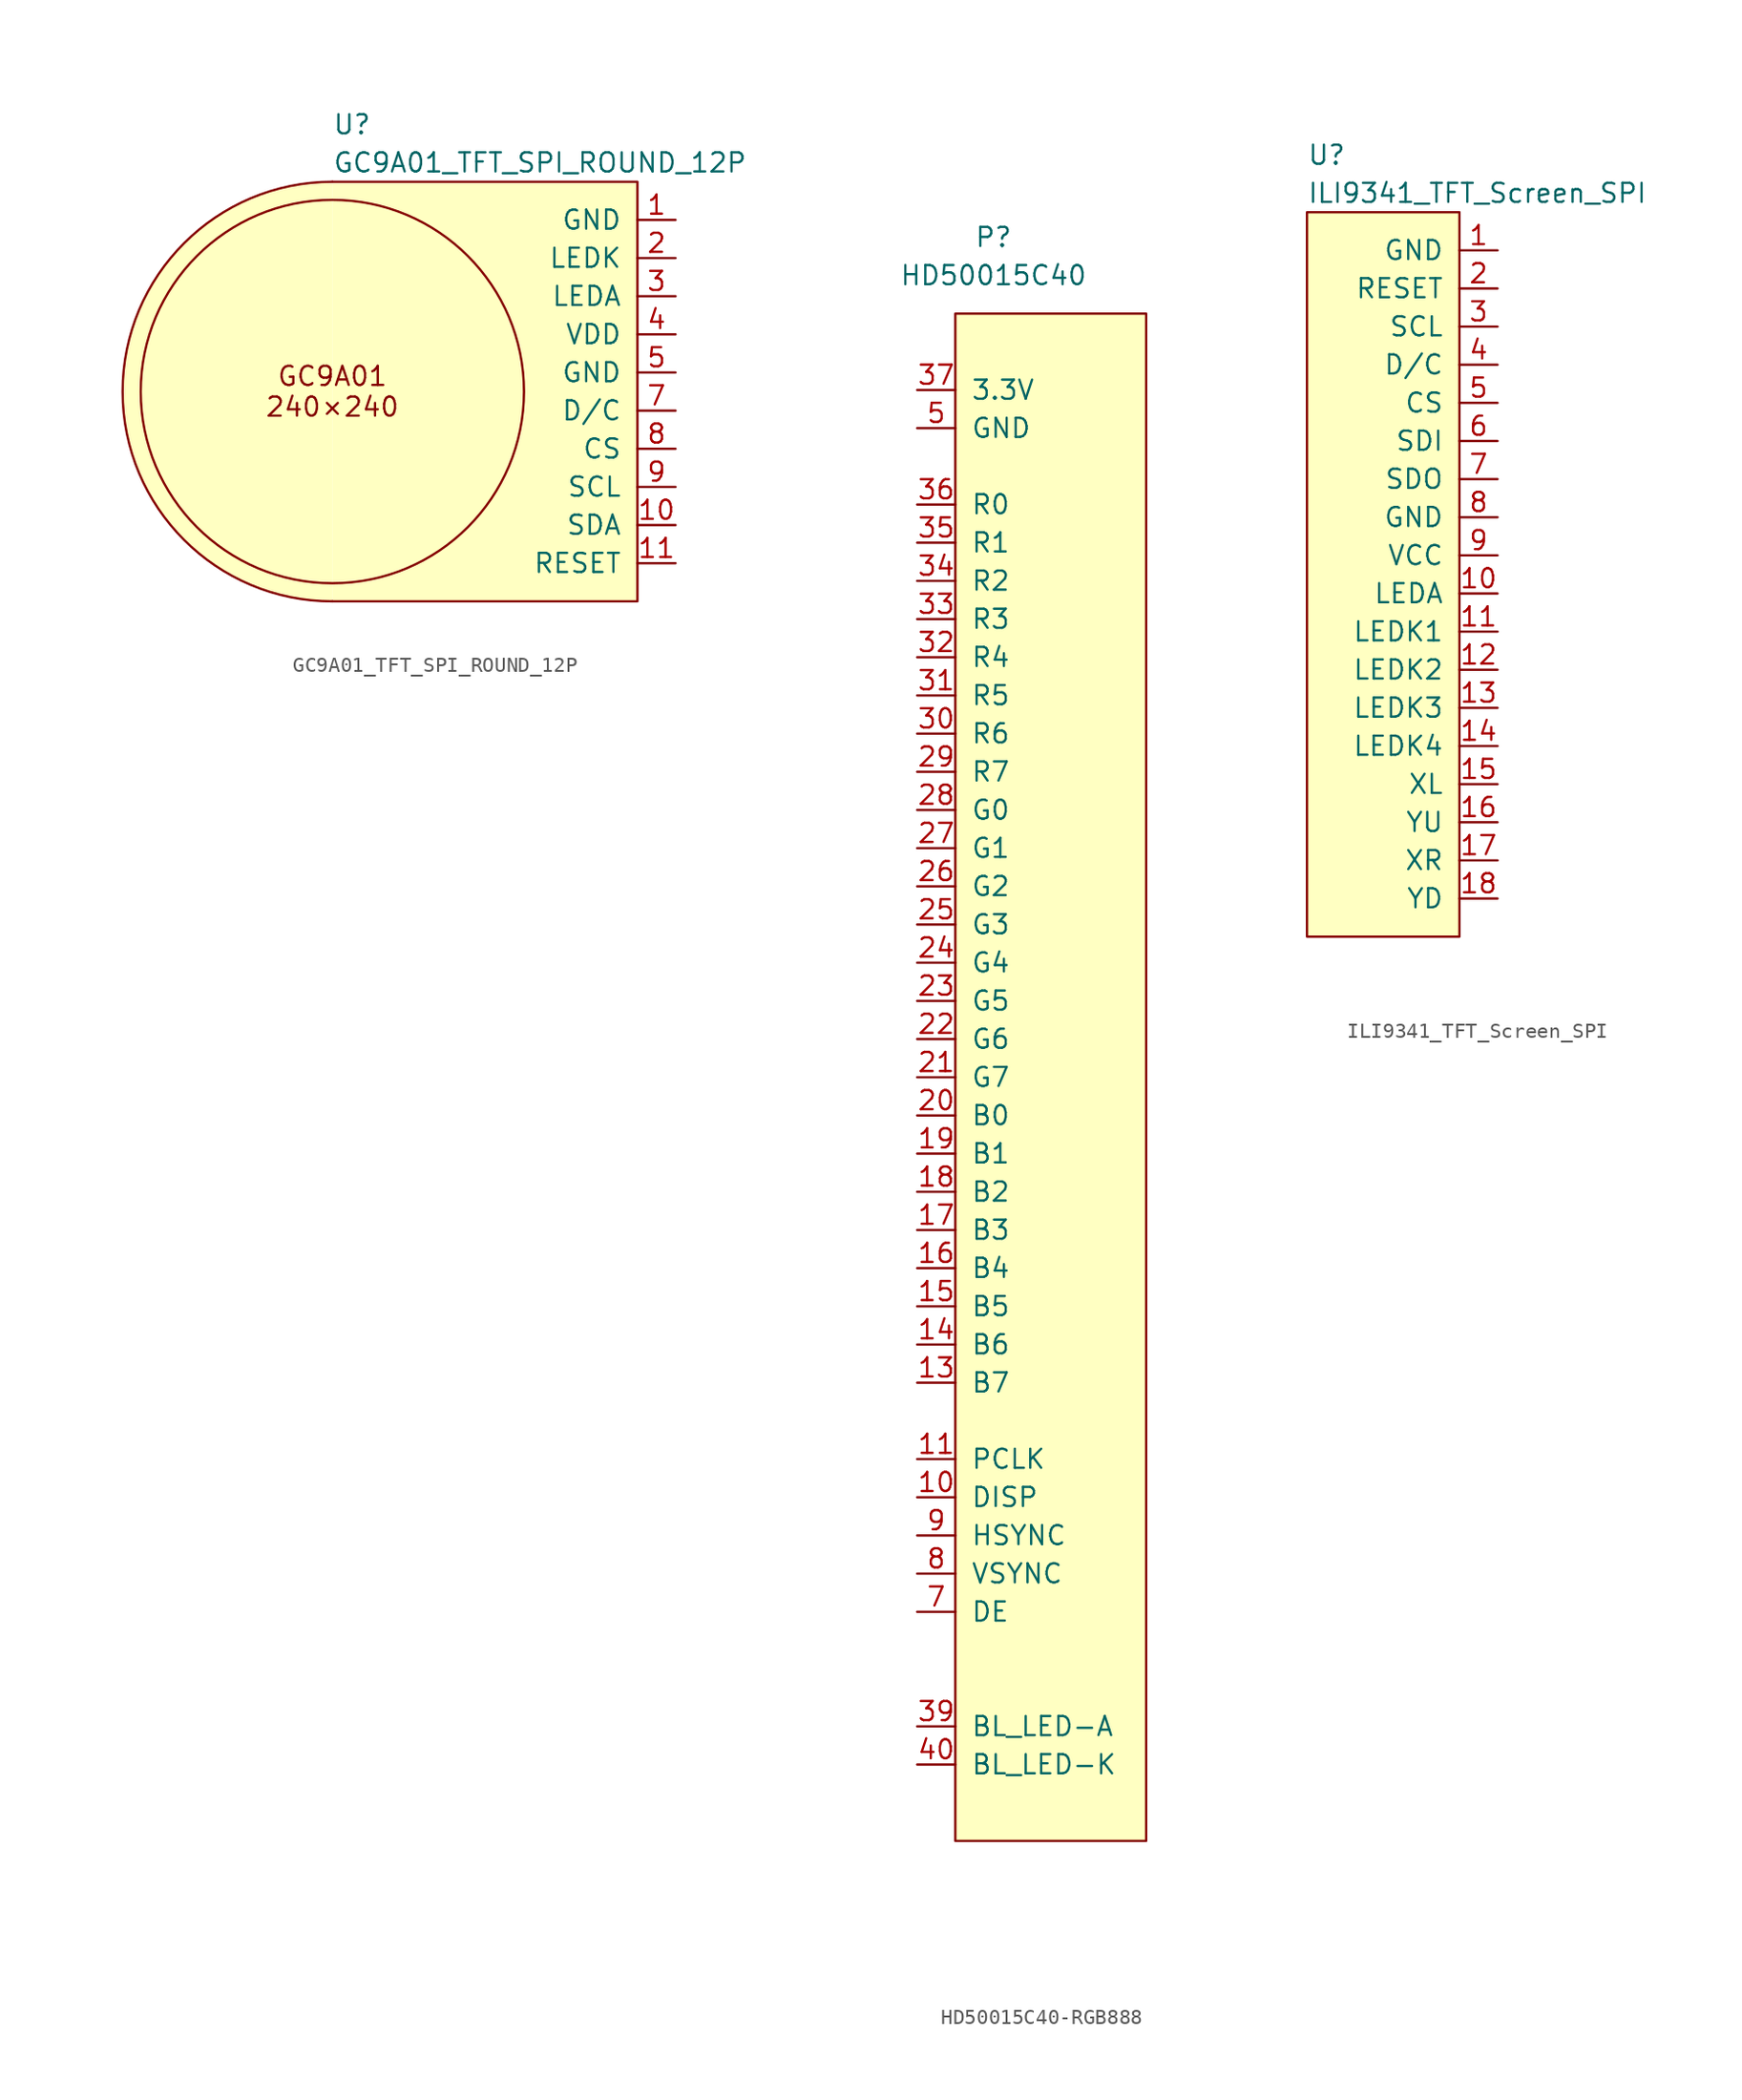
<source format=kicad_sym>
(kicad_symbol_lib
  (version 20241209)
  (generator "kicad_symbol_editor")
  (generator_version "9.0")
  (symbol "GC9A01_TFT_SPI_ROUND_12P"
    (pin_names
      (offset 1.016))
    (property "Reference" "U"
      (at 0 17.78 0)
      (effects (font (size 1.27 1.27)) (justify left)))
    (property "Value" "GC9A01_TFT_SPI_ROUND_12P"
      (at 0 15.24 0)
      (effects (font (size 1.27 1.27)) (justify left)))
    (symbol "GC9A01_TFT_SPI_ROUND_12P_0_1"
      (circle (center 0 0) (radius 12.763) (stroke (width 0) (type default)) (fill (type none))))
    (symbol "GC9A01_TFT_SPI_ROUND_12P_1_1"
      (polyline (pts (xy 0 13.97) (xy 20.32 13.97) (xy 20.32 -13.97) (xy 0 -13.97)) (stroke (width 0) (type default)) (fill (type background)))
      (arc (start 0 -13.97) (mid -13.97 0) (end 0 13.97) (stroke (width 0) (type default)) (fill (type background)))
      (text "GC9A01\n240×240" (at 0 0 0) (effects (font (size 1.27 1.27))))
      (pin power_in line (at 22.86 11.43 180) (length 2.54) (name "GND" (effects (font (size 1.27 1.27)))) (number "1" (effects (font (size 1.27 1.27)))))
      (pin power_in line (at 22.86 8.89 180) (length 2.54) (name "LEDK" (effects (font (size 1.27 1.27)))) (number "2" (effects (font (size 1.27 1.27)))))
      (pin power_in line (at 22.86 6.35 180) (length 2.54) (name "LEDA" (effects (font (size 1.27 1.27)))) (number "3" (effects (font (size 1.27 1.27)))))
      (pin power_in line (at 22.86 3.81 180) (length 2.54) (name "VDD" (effects (font (size 1.27 1.27)))) (number "4" (effects (font (size 1.27 1.27)))))
      (pin power_in line (at 22.86 1.27 180) (length 2.54) (hide yes) (name "GND" (effects (font (size 1.27 1.27)))) (number "12" (effects (font (size 1.27 1.27)))))
      (pin power_in line (at 22.86 1.27 180) (length 2.54) (name "GND" (effects (font (size 1.27 1.27)))) (number "5" (effects (font (size 1.27 1.27)))))
      (pin power_in line (at 22.86 1.27 180) (length 2.54) (hide yes) (name "GND" (effects (font (size 1.27 1.27)))) (number "6" (effects (font (size 1.27 1.27)))))
      (pin input line (at 22.86 -1.27 180) (length 2.54) (name "D/C" (effects (font (size 1.27 1.27)))) (number "7" (effects (font (size 1.27 1.27)))))
      (pin input line (at 22.86 -3.81 180) (length 2.54) (name "CS" (effects (font (size 1.27 1.27)))) (number "8" (effects (font (size 1.27 1.27)))))
      (pin input line (at 22.86 -6.35 180) (length 2.54) (name "SCL" (effects (font (size 1.27 1.27)))) (number "9" (effects (font (size 1.27 1.27)))))
      (pin input line (at 22.86 -8.89 180) (length 2.54) (name "SDA" (effects (font (size 1.27 1.27)))) (number "10" (effects (font (size 1.27 1.27)))))
      (pin input line (at 22.86 -11.43 180) (length 2.54) (name "RESET" (effects (font (size 1.27 1.27)))) (number "11" (effects (font (size 1.27 1.27)))))))
  (symbol "HD50015C40-RGB888"
    (pin_names
      (offset 1.016))
    (property "Reference" "P"
      (at 0 55.88 0)
      (effects (font (size 1.27 1.27))))
    (property "Value" "HD50015C40"
      (at 0 53.34 0)
      (effects (font (size 1.27 1.27))))
    (symbol "HD50015C40-RGB888_0_1"
      (rectangle (start -2.54 50.8) (end 10.16 -50.8) (stroke (width 0) (type default)) (fill (type background))))
    (symbol "HD50015C40-RGB888_1_1"
      (pin power_in line (at -5.08 45.72 0) (length 2.54) (name "3.3V" (effects (font (size 1.27 1.27)))) (number "37" (effects (font (size 1.27 1.27)))))
      (pin power_in line (at -5.08 43.18 0) (length 2.54) (hide yes) (name "GND" (effects (font (size 1.27 1.27)))) (number "12" (effects (font (size 1.27 1.27)))))
      (pin power_in line (at -5.08 43.18 0) (length 2.54) (hide yes) (name "GND" (effects (font (size 1.27 1.27)))) (number "38" (effects (font (size 1.27 1.27)))))
      (pin power_in line (at -5.08 43.18 0) (length 2.54) (name "GND" (effects (font (size 1.27 1.27)))) (number "5" (effects (font (size 1.27 1.27)))))
      (pin input line (at -5.08 38.1 0) (length 2.54) (name "R0" (effects (font (size 1.27 1.27)))) (number "36" (effects (font (size 1.27 1.27)))))
      (pin input line (at -5.08 35.56 0) (length 2.54) (name "R1" (effects (font (size 1.27 1.27)))) (number "35" (effects (font (size 1.27 1.27)))))
      (pin input line (at -5.08 33.02 0) (length 2.54) (name "R2" (effects (font (size 1.27 1.27)))) (number "34" (effects (font (size 1.27 1.27)))))
      (pin input line (at -5.08 30.48 0) (length 2.54) (name "R3" (effects (font (size 1.27 1.27)))) (number "33" (effects (font (size 1.27 1.27)))))
      (pin input line (at -5.08 27.94 0) (length 2.54) (name "R4" (effects (font (size 1.27 1.27)))) (number "32" (effects (font (size 1.27 1.27)))))
      (pin input line (at -5.08 25.4 0) (length 2.54) (name "R5" (effects (font (size 1.27 1.27)))) (number "31" (effects (font (size 1.27 1.27)))))
      (pin input line (at -5.08 22.86 0) (length 2.54) (name "R6" (effects (font (size 1.27 1.27)))) (number "30" (effects (font (size 1.27 1.27)))))
      (pin input line (at -5.08 20.32 0) (length 2.54) (name "R7" (effects (font (size 1.27 1.27)))) (number "29" (effects (font (size 1.27 1.27)))))
      (pin input line (at -5.08 17.78 0) (length 2.54) (name "G0" (effects (font (size 1.27 1.27)))) (number "28" (effects (font (size 1.27 1.27)))))
      (pin input line (at -5.08 15.24 0) (length 2.54) (name "G1" (effects (font (size 1.27 1.27)))) (number "27" (effects (font (size 1.27 1.27)))))
      (pin input line (at -5.08 12.7 0) (length 2.54) (name "G2" (effects (font (size 1.27 1.27)))) (number "26" (effects (font (size 1.27 1.27)))))
      (pin input line (at -5.08 10.16 0) (length 2.54) (name "G3" (effects (font (size 1.27 1.27)))) (number "25" (effects (font (size 1.27 1.27)))))
      (pin input line (at -5.08 7.62 0) (length 2.54) (name "G4" (effects (font (size 1.27 1.27)))) (number "24" (effects (font (size 1.27 1.27)))))
      (pin input line (at -5.08 5.08 0) (length 2.54) (name "G5" (effects (font (size 1.27 1.27)))) (number "23" (effects (font (size 1.27 1.27)))))
      (pin input line (at -5.08 2.54 0) (length 2.54) (name "G6" (effects (font (size 1.27 1.27)))) (number "22" (effects (font (size 1.27 1.27)))))
      (pin input line (at -5.08 0 0) (length 2.54) (name "G7" (effects (font (size 1.27 1.27)))) (number "21" (effects (font (size 1.27 1.27)))))
      (pin input line (at -5.08 -2.54 0) (length 2.54) (name "B0" (effects (font (size 1.27 1.27)))) (number "20" (effects (font (size 1.27 1.27)))))
      (pin input line (at -5.08 -5.08 0) (length 2.54) (name "B1" (effects (font (size 1.27 1.27)))) (number "19" (effects (font (size 1.27 1.27)))))
      (pin input line (at -5.08 -7.62 0) (length 2.54) (name "B2" (effects (font (size 1.27 1.27)))) (number "18" (effects (font (size 1.27 1.27)))))
      (pin input line (at -5.08 -10.16 0) (length 2.54) (name "B3" (effects (font (size 1.27 1.27)))) (number "17" (effects (font (size 1.27 1.27)))))
      (pin input line (at -5.08 -12.7 0) (length 2.54) (name "B4" (effects (font (size 1.27 1.27)))) (number "16" (effects (font (size 1.27 1.27)))))
      (pin input line (at -5.08 -15.24 0) (length 2.54) (name "B5" (effects (font (size 1.27 1.27)))) (number "15" (effects (font (size 1.27 1.27)))))
      (pin input line (at -5.08 -17.78 0) (length 2.54) (name "B6" (effects (font (size 1.27 1.27)))) (number "14" (effects (font (size 1.27 1.27)))))
      (pin input line (at -5.08 -20.32 0) (length 2.54) (name "B7" (effects (font (size 1.27 1.27)))) (number "13" (effects (font (size 1.27 1.27)))))
      (pin input line (at -5.08 -25.4 0) (length 2.54) (name "PCLK" (effects (font (size 1.27 1.27)))) (number "11" (effects (font (size 1.27 1.27)))))
      (pin input line (at -5.08 -27.94 0) (length 2.54) (name "DISP" (effects (font (size 1.27 1.27)))) (number "10" (effects (font (size 1.27 1.27)))))
      (pin input line (at -5.08 -30.48 0) (length 2.54) (name "HSYNC" (effects (font (size 1.27 1.27)))) (number "9" (effects (font (size 1.27 1.27)))))
      (pin input line (at -5.08 -33.02 0) (length 2.54) (name "VSYNC" (effects (font (size 1.27 1.27)))) (number "8" (effects (font (size 1.27 1.27)))))
      (pin input line (at -5.08 -35.56 0) (length 2.54) (name "DE" (effects (font (size 1.27 1.27)))) (number "7" (effects (font (size 1.27 1.27)))))
      (pin power_in line (at -5.08 -43.18 0) (length 2.54) (name "BL_LED-A" (effects (font (size 1.27 1.27)))) (number "39" (effects (font (size 1.27 1.27)))))
      (pin power_in line (at -5.08 -45.72 0) (length 2.54) (name "BL_LED-K" (effects (font (size 1.27 1.27)))) (number "40" (effects (font (size 1.27 1.27)))))
      (pin no_connect line (at 10.16 40.64 0) (length 2.54) (hide yes) (name "NC" (effects (font (size 1.27 1.27)))) (number "1" (effects (font (size 1.27 1.27)))))
      (pin no_connect line (at 10.16 40.64 0) (length 2.54) (hide yes) (name "NC" (effects (font (size 1.27 1.27)))) (number "2" (effects (font (size 1.27 1.27)))))
      (pin no_connect line (at 10.16 40.64 0) (length 2.54) (hide yes) (name "NC" (effects (font (size 1.27 1.27)))) (number "3" (effects (font (size 1.27 1.27)))))
      (pin no_connect line (at 10.16 40.64 0) (length 2.54) (hide yes) (name "NC" (effects (font (size 1.27 1.27)))) (number "4" (effects (font (size 1.27 1.27)))))
      (pin no_connect line (at 10.16 40.64 0) (length 2.54) (hide yes) (name "NC" (effects (font (size 1.27 1.27)))) (number "6" (effects (font (size 1.27 1.27)))))))
  (symbol "ILI9341_TFT_Screen_SPI"
    (pin_names
      (offset 1.016))
    (property "Reference" "U"
      (at 0 3.81 0)
      (effects (font (size 1.27 1.27)) (justify left)))
    (property "Value" "ILI9341_TFT_Screen_SPI"
      (at 0 1.27 0)
      (effects (font (size 1.27 1.27)) (justify left)))
    (symbol "ILI9341_TFT_Screen_SPI_0_1"
      (rectangle (start 0 0) (end 10.16 -48.26) (stroke (width 0) (type default)) (fill (type background))))
    (symbol "ILI9341_TFT_Screen_SPI_1_1"
      (pin power_in line (at 12.7 -2.54 180) (length 2.54) (name "GND" (effects (font (size 1.27 1.27)))) (number "1" (effects (font (size 1.27 1.27)))))
      (pin input line (at 12.7 -5.08 180) (length 2.54) (name "RESET" (effects (font (size 1.27 1.27)))) (number "2" (effects (font (size 1.27 1.27)))))
      (pin input line (at 12.7 -7.62 180) (length 2.54) (name "SCL" (effects (font (size 1.27 1.27)))) (number "3" (effects (font (size 1.27 1.27)))))
      (pin input line (at 12.7 -10.16 180) (length 2.54) (name "D/C" (effects (font (size 1.27 1.27)))) (number "4" (effects (font (size 1.27 1.27)))))
      (pin input line (at 12.7 -12.7 180) (length 2.54) (name "CS" (effects (font (size 1.27 1.27)))) (number "5" (effects (font (size 1.27 1.27)))))
      (pin input line (at 12.7 -15.24 180) (length 2.54) (name "SDI" (effects (font (size 1.27 1.27)))) (number "6" (effects (font (size 1.27 1.27)))))
      (pin output line (at 12.7 -17.78 180) (length 2.54) (name "SDO" (effects (font (size 1.27 1.27)))) (number "7" (effects (font (size 1.27 1.27)))))
      (pin power_in line (at 12.7 -20.32 180) (length 2.54) (name "GND" (effects (font (size 1.27 1.27)))) (number "8" (effects (font (size 1.27 1.27)))))
      (pin power_in line (at 12.7 -22.86 180) (length 2.54) (name "VCC" (effects (font (size 1.27 1.27)))) (number "9" (effects (font (size 1.27 1.27)))))
      (pin power_in line (at 12.7 -25.4 180) (length 2.54) (name "LEDA" (effects (font (size 1.27 1.27)))) (number "10" (effects (font (size 1.27 1.27)))))
      (pin power_in line (at 12.7 -27.94 180) (length 2.54) (name "LEDK1" (effects (font (size 1.27 1.27)))) (number "11" (effects (font (size 1.27 1.27)))))
      (pin power_in line (at 12.7 -30.48 180) (length 2.54) (name "LEDK2" (effects (font (size 1.27 1.27)))) (number "12" (effects (font (size 1.27 1.27)))))
      (pin power_in line (at 12.7 -33.02 180) (length 2.54) (name "LEDK3" (effects (font (size 1.27 1.27)))) (number "13" (effects (font (size 1.27 1.27)))))
      (pin power_in line (at 12.7 -35.56 180) (length 2.54) (name "LEDK4" (effects (font (size 1.27 1.27)))) (number "14" (effects (font (size 1.27 1.27)))))
      (pin output line (at 12.7 -38.1 180) (length 2.54) (name "XL" (effects (font (size 1.27 1.27)))) (number "15" (effects (font (size 1.27 1.27)))))
      (pin output line (at 12.7 -40.64 180) (length 2.54) (name "YU" (effects (font (size 1.27 1.27)))) (number "16" (effects (font (size 1.27 1.27)))))
      (pin output line (at 12.7 -43.18 180) (length 2.54) (name "XR" (effects (font (size 1.27 1.27)))) (number "17" (effects (font (size 1.27 1.27)))))
      (pin output line (at 12.7 -45.72 180) (length 2.54) (name "YD" (effects (font (size 1.27 1.27)))) (number "18" (effects (font (size 1.27 1.27))))))))
</source>
